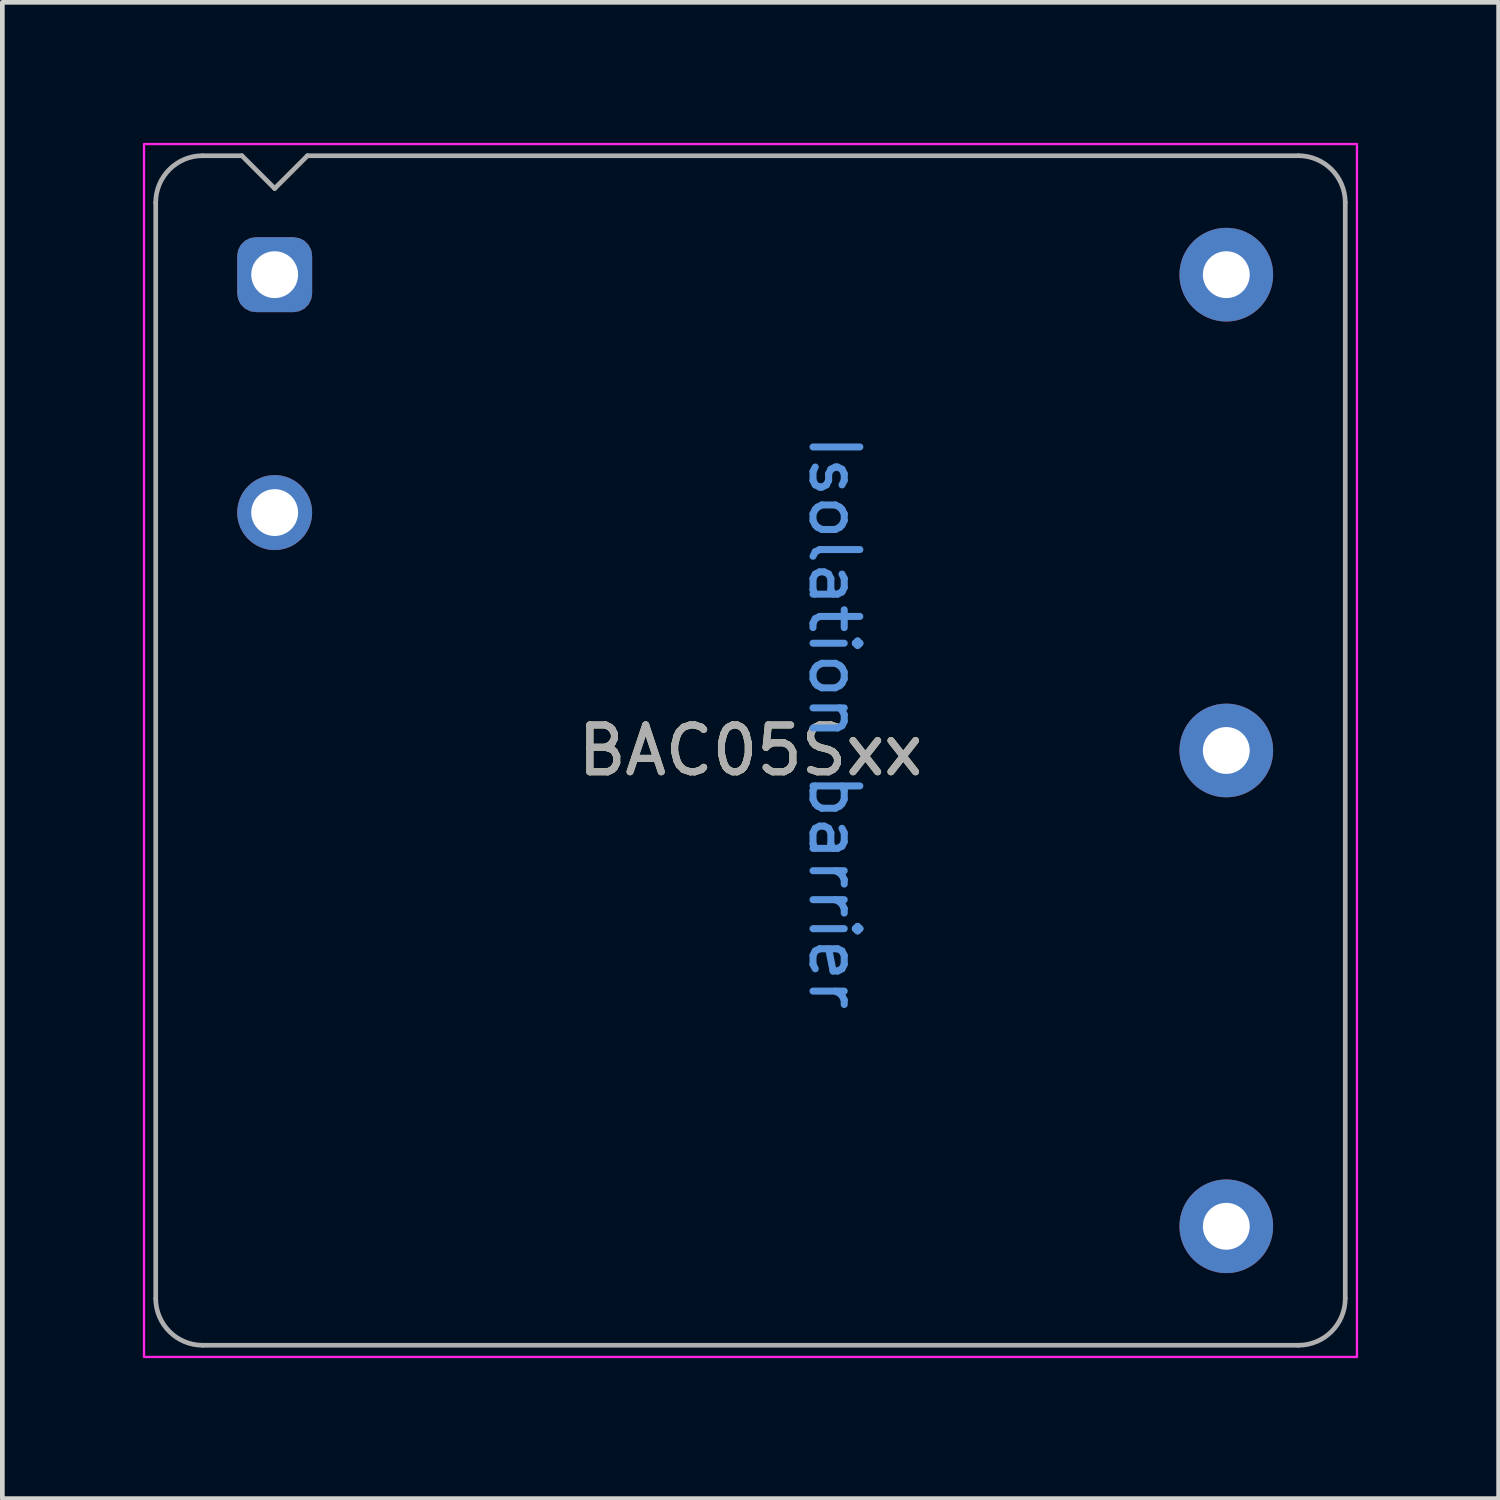
<source format=kicad_pcb>
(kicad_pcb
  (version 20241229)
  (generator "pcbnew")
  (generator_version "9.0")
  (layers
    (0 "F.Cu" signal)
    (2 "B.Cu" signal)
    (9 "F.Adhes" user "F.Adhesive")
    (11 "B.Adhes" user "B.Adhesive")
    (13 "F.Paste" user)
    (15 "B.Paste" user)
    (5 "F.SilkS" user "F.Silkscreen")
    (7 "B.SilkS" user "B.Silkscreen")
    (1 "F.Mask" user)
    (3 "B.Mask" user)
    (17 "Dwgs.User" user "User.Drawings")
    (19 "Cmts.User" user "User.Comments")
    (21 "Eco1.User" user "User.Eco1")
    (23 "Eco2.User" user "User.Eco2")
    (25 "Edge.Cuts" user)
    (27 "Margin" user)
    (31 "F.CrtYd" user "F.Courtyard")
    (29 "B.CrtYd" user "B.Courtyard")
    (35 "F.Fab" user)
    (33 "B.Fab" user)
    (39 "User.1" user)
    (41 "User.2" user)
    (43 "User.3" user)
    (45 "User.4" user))
  (footprint "BAC05Sxx"
    (layer "F.Cu")
    (at 12.975 12.975)
    (property "Reference" "BAC05Sxx" (at 0 0 0) (unlocked yes) (layer "F.SilkS") (effects (font (size 1 1) (thickness 0.15))))
    (attr through_hole)
    (fp_rect (start -12.95 -12.95) (end 12.95 12.95) (stroke (width 0.05) (type solid)) (fill no) (layer "F.CrtYd"))
    (fp_line (start -12.7 11.7) (end -12.7 -11.7) (stroke (width 0.1) (type solid)) (layer "F.Fab"))
    (fp_line (start -10.86 -12.7) (end -11.7 -12.7) (stroke (width 0.1) (type solid)) (layer "F.Fab"))
    (fp_line (start -10.16 -12) (end -10.86 -12.7) (stroke (width 0.1) (type solid)) (layer "F.Fab"))
    (fp_line (start -9.46 -12.7) (end -10.16 -12) (stroke (width 0.1) (type solid)) (layer "F.Fab"))
    (fp_line (start -9.46 -12.7) (end 11.7 -12.7) (stroke (width 0.1) (type solid)) (layer "F.Fab"))
    (fp_line (start 11.7 12.7) (end -11.7 12.7) (stroke (width 0.1) (type solid)) (layer "F.Fab"))
    (fp_line (start 12.7 -11.7) (end 12.7 11.7) (stroke (width 0.1) (type solid)) (layer "F.Fab"))
    (fp_arc (start -12.7 -11.7) (mid -12.407107 -12.407107) (end -11.7 -12.7) (stroke (width 0.1) (type solid)) (layer "F.Fab"))
    (fp_arc (start -11.7 12.7) (mid -12.407107 12.407107) (end -12.7 11.7) (stroke (width 0.1) (type solid)) (layer "F.Fab"))
    (fp_arc (start 11.7 -12.7) (mid 12.407107 -12.407107) (end 12.7 -11.7) (stroke (width 0.1) (type solid)) (layer "F.Fab"))
    (fp_arc (start 12.7 11.7) (mid 12.407107 12.407107) (end 11.7 12.7) (stroke (width 0.1) (type solid)) (layer "F.Fab"))
    (fp_text user "Isolation barrier" (at 1.79 -0.6 270) (unlocked yes) (layer "Cmts.User") (effects (font (size 1 1) (thickness 0.15))))
    (fp_text user "${REFERENCE}" (at 0 0 0) (unlocked yes) (layer "F.Fab") (effects (font (size 1 1) (thickness 0.15))))
    (pad "1" thru_hole roundrect (at -10.16 -10.16) (size 1.6 1.6) (drill 1) (layers "*.Cu" "*.Mask") (roundrect_rratio 0.25))
    (pad "2" thru_hole circle (at -10.16 -5.08) (size 1.6 1.6) (drill 1) (layers "*.Cu" "*.Mask"))
    (pad "3" thru_hole circle (at 10.16 10.16) (size 2 2) (drill 1) (layers "*.Cu" "*.Mask"))
    (pad "4" thru_hole circle (at 10.16 0) (size 2 2) (drill 1) (layers "*.Cu" "*.Mask"))
    (pad "5" thru_hole circle (at 10.16 -10.16) (size 2 2) (drill 1) (layers "*.Cu" "*.Mask"))
    (zone (net_name "") (layers "F.Cu" "B.Cu") (name "Isolation barrier") (hatch full 0.508) (connect_pads) (min_thickness 0.254) (filled_areas_thickness no) (keepout (tracks not_allowed) (vias not_allowed) (pads not_allowed) (copperpour not_allowed) (footprints not_allowed)) (placement (enabled no)) (fill) (polygon (pts (xy 16.635 10.315) (xy 21.635 10.315) (xy 21.635 25.715) (xy 13.115 25.715) (xy 13.115 18.065) (xy 12.615 17.815) (xy 12.165 17.54) (xy 11.715 17.24) (xy 11.29 16.915) (xy 10.865 16.54) (xy 10.515 16.19) (xy 10.24 15.89) (xy 10.115 15.74) (xy 9.89 15.465) (xy 9.69 15.19) (xy 9.34 14.64) (xy 9.14 14.29) (xy 8.84 13.64) (xy 8.69 13.29) (xy 8.565 12.94) (xy 8.44 12.54) (xy 8.365 12.265) (xy 8.29 11.965) (xy 8.24 11.69) (xy 8.165 11.24) (xy 8.115 10.715) (xy 8.115 10.165) (xy 8.115 0.24) (xy 16.635 0.24)))))
  (gr_rect
    (start -3 -3)
    (end 28.95 28.95)
    (stroke (width 0.1) (type default))
    (fill no)
    (layer "Edge.Cuts")))
</source>
